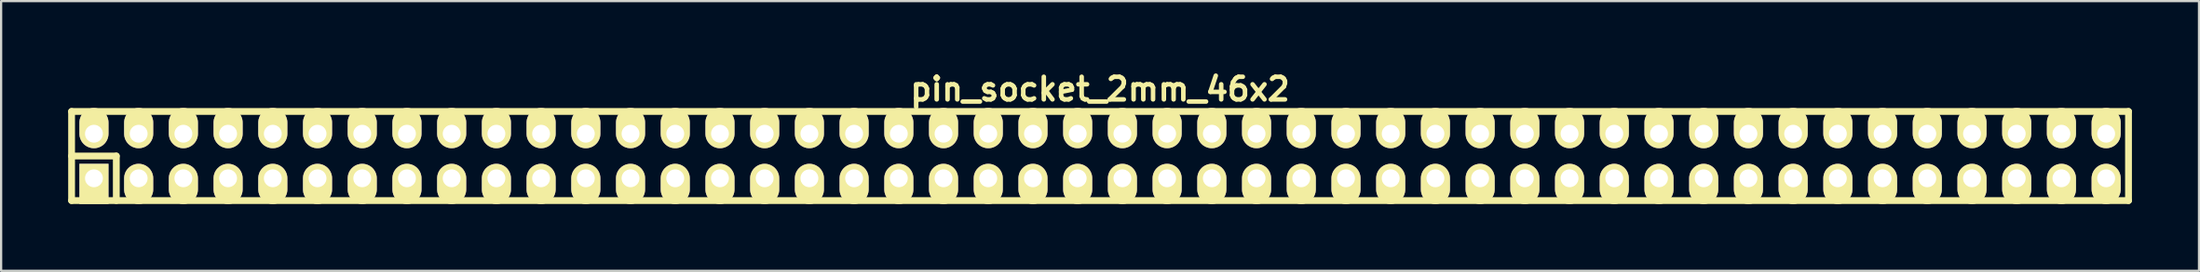
<source format=kicad_pcb>
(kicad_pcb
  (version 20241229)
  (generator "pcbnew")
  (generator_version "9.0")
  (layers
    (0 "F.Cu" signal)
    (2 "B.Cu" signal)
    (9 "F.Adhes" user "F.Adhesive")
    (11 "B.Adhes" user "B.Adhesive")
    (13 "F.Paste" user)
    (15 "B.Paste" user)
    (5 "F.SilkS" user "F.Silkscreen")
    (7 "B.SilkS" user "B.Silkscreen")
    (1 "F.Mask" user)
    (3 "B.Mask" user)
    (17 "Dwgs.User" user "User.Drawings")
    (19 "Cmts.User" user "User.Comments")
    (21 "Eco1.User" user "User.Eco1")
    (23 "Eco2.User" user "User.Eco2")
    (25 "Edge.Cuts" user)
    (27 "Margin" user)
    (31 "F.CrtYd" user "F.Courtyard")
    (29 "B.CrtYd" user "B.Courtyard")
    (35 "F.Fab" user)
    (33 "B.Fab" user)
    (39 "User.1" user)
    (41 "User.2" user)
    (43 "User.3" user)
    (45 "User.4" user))
  (footprint "pin_socket_2mm_46x2"
    (layer "F.Cu")
    (at 46.152 3.951)
    (property "Reference" "pin_socket_2mm_46x2" (at 0 -3 0) (layer "F.SilkS") (effects (font (size 1.016 1.016) (thickness 0.203))))
    (attr through_hole)
    (fp_line (start -46 -2) (end 46 -2) (stroke (width 0.305) (type solid)) (layer "F.SilkS"))
    (fp_line (start -46 0) (end -44 0) (stroke (width 0.305) (type solid)) (layer "F.SilkS"))
    (fp_line (start -46 2) (end -46 -2) (stroke (width 0.305) (type solid)) (layer "F.SilkS"))
    (fp_line (start -44 0) (end -44 2) (stroke (width 0.305) (type solid)) (layer "F.SilkS"))
    (fp_line (start 46 -2) (end 46 2) (stroke (width 0.305) (type solid)) (layer "F.SilkS"))
    (fp_line (start 46 2) (end -46 2) (stroke (width 0.305) (type solid)) (layer "F.SilkS"))
    (pad "1" thru_hole rect (at -45 1) (size 1.3 1.8) (drill 0.8 (offset 0 0.25)) (layers "*.Cu" "*.Mask" "F.SilkS"))
    (pad "2" thru_hole oval (at -45 -1) (size 1.3 1.8) (drill 0.8 (offset 0 -0.25)) (layers "*.Cu" "*.Mask" "F.SilkS"))
    (pad "3" thru_hole oval (at -43 1) (size 1.3 1.8) (drill 0.8 (offset 0 0.25)) (layers "*.Cu" "*.Mask" "F.SilkS"))
    (pad "4" thru_hole oval (at -43 -1) (size 1.3 1.8) (drill 0.8 (offset 0 -0.25)) (layers "*.Cu" "*.Mask" "F.SilkS"))
    (pad "5" thru_hole oval (at -41 1) (size 1.3 1.8) (drill 0.8 (offset 0 0.25)) (layers "*.Cu" "*.Mask" "F.SilkS"))
    (pad "6" thru_hole oval (at -41 -1) (size 1.3 1.8) (drill 0.8 (offset 0 -0.25)) (layers "*.Cu" "*.Mask" "F.SilkS"))
    (pad "7" thru_hole oval (at -39 1) (size 1.3 1.8) (drill 0.8 (offset 0 0.25)) (layers "*.Cu" "*.Mask" "F.SilkS"))
    (pad "8" thru_hole oval (at -39 -1) (size 1.3 1.8) (drill 0.8 (offset 0 -0.25)) (layers "*.Cu" "*.Mask" "F.SilkS"))
    (pad "9" thru_hole oval (at -37 1) (size 1.3 1.8) (drill 0.8 (offset 0 0.25)) (layers "*.Cu" "*.Mask" "F.SilkS"))
    (pad "10" thru_hole oval (at -37 -1) (size 1.3 1.8) (drill 0.8 (offset 0 -0.25)) (layers "*.Cu" "*.Mask" "F.SilkS"))
    (pad "11" thru_hole oval (at -35 1) (size 1.3 1.8) (drill 0.8 (offset 0 0.25)) (layers "*.Cu" "*.Mask" "F.SilkS"))
    (pad "12" thru_hole oval (at -35 -1) (size 1.3 1.8) (drill 0.8 (offset 0 -0.25)) (layers "*.Cu" "*.Mask" "F.SilkS"))
    (pad "13" thru_hole oval (at -33 1) (size 1.3 1.8) (drill 0.8 (offset 0 0.25)) (layers "*.Cu" "*.Mask" "F.SilkS"))
    (pad "14" thru_hole oval (at -33 -1) (size 1.3 1.8) (drill 0.8 (offset 0 -0.25)) (layers "*.Cu" "*.Mask" "F.SilkS"))
    (pad "15" thru_hole oval (at -31 1) (size 1.3 1.8) (drill 0.8 (offset 0 0.25)) (layers "*.Cu" "*.Mask" "F.SilkS"))
    (pad "16" thru_hole oval (at -31 -1) (size 1.3 1.8) (drill 0.8 (offset 0 -0.25)) (layers "*.Cu" "*.Mask" "F.SilkS"))
    (pad "17" thru_hole oval (at -29 1) (size 1.3 1.8) (drill 0.8 (offset 0 0.25)) (layers "*.Cu" "*.Mask" "F.SilkS"))
    (pad "18" thru_hole oval (at -29 -1) (size 1.3 1.8) (drill 0.8 (offset 0 -0.25)) (layers "*.Cu" "*.Mask" "F.SilkS"))
    (pad "19" thru_hole oval (at -27 1) (size 1.3 1.8) (drill 0.8 (offset 0 0.25)) (layers "*.Cu" "*.Mask" "F.SilkS"))
    (pad "20" thru_hole oval (at -27 -1) (size 1.3 1.8) (drill 0.8 (offset 0 -0.25)) (layers "*.Cu" "*.Mask" "F.SilkS"))
    (pad "21" thru_hole oval (at -25 1) (size 1.3 1.8) (drill 0.8 (offset 0 0.25)) (layers "*.Cu" "*.Mask" "F.SilkS"))
    (pad "22" thru_hole oval (at -25 -1) (size 1.3 1.8) (drill 0.8 (offset 0 -0.25)) (layers "*.Cu" "*.Mask" "F.SilkS"))
    (pad "23" thru_hole oval (at -23 1) (size 1.3 1.8) (drill 0.8 (offset 0 0.25)) (layers "*.Cu" "*.Mask" "F.SilkS"))
    (pad "24" thru_hole oval (at -23 -1) (size 1.3 1.8) (drill 0.8 (offset 0 -0.25)) (layers "*.Cu" "*.Mask" "F.SilkS"))
    (pad "25" thru_hole oval (at -21 1) (size 1.3 1.8) (drill 0.8 (offset 0 0.25)) (layers "*.Cu" "*.Mask" "F.SilkS"))
    (pad "26" thru_hole oval (at -21 -1) (size 1.3 1.8) (drill 0.8 (offset 0 -0.25)) (layers "*.Cu" "*.Mask" "F.SilkS"))
    (pad "27" thru_hole oval (at -19 1) (size 1.3 1.8) (drill 0.8 (offset 0 0.25)) (layers "*.Cu" "*.Mask" "F.SilkS"))
    (pad "28" thru_hole oval (at -19 -1) (size 1.3 1.8) (drill 0.8 (offset 0 -0.25)) (layers "*.Cu" "*.Mask" "F.SilkS"))
    (pad "29" thru_hole oval (at -17 1) (size 1.3 1.8) (drill 0.8 (offset 0 0.25)) (layers "*.Cu" "*.Mask" "F.SilkS"))
    (pad "30" thru_hole oval (at -17 -1) (size 1.3 1.8) (drill 0.8 (offset 0 -0.25)) (layers "*.Cu" "*.Mask" "F.SilkS"))
    (pad "31" thru_hole oval (at -15 1) (size 1.3 1.8) (drill 0.8 (offset 0 0.25)) (layers "*.Cu" "*.Mask" "F.SilkS"))
    (pad "32" thru_hole oval (at -15 -1) (size 1.3 1.8) (drill 0.8 (offset 0 -0.25)) (layers "*.Cu" "*.Mask" "F.SilkS"))
    (pad "33" thru_hole oval (at -13 1) (size 1.3 1.8) (drill 0.8 (offset 0 0.25)) (layers "*.Cu" "*.Mask" "F.SilkS"))
    (pad "34" thru_hole oval (at -13 -1) (size 1.3 1.8) (drill 0.8 (offset 0 -0.25)) (layers "*.Cu" "*.Mask" "F.SilkS"))
    (pad "35" thru_hole oval (at -11 1) (size 1.3 1.8) (drill 0.8 (offset 0 0.25)) (layers "*.Cu" "*.Mask" "F.SilkS"))
    (pad "36" thru_hole oval (at -11 -1) (size 1.3 1.8) (drill 0.8 (offset 0 -0.25)) (layers "*.Cu" "*.Mask" "F.SilkS"))
    (pad "37" thru_hole oval (at -9 1) (size 1.3 1.8) (drill 0.8 (offset 0 0.25)) (layers "*.Cu" "*.Mask" "F.SilkS"))
    (pad "38" thru_hole oval (at -9 -1) (size 1.3 1.8) (drill 0.8 (offset 0 -0.25)) (layers "*.Cu" "*.Mask" "F.SilkS"))
    (pad "39" thru_hole oval (at -7 1) (size 1.3 1.8) (drill 0.8 (offset 0 0.25)) (layers "*.Cu" "*.Mask" "F.SilkS"))
    (pad "40" thru_hole oval (at -7 -1) (size 1.3 1.8) (drill 0.8 (offset 0 -0.25)) (layers "*.Cu" "*.Mask" "F.SilkS"))
    (pad "41" thru_hole oval (at -5 1) (size 1.3 1.8) (drill 0.8 (offset 0 0.25)) (layers "*.Cu" "*.Mask" "F.SilkS"))
    (pad "42" thru_hole oval (at -5 -1) (size 1.3 1.8) (drill 0.8 (offset 0 -0.25)) (layers "*.Cu" "*.Mask" "F.SilkS"))
    (pad "43" thru_hole oval (at -3 1) (size 1.3 1.8) (drill 0.8 (offset 0 0.25)) (layers "*.Cu" "*.Mask" "F.SilkS"))
    (pad "44" thru_hole oval (at -3 -1) (size 1.3 1.8) (drill 0.8 (offset 0 -0.25)) (layers "*.Cu" "*.Mask" "F.SilkS"))
    (pad "45" thru_hole oval (at -1 1) (size 1.3 1.8) (drill 0.8 (offset 0 0.25)) (layers "*.Cu" "*.Mask" "F.SilkS"))
    (pad "46" thru_hole oval (at -1 -1) (size 1.3 1.8) (drill 0.8 (offset 0 -0.25)) (layers "*.Cu" "*.Mask" "F.SilkS"))
    (pad "47" thru_hole oval (at 1 1) (size 1.3 1.8) (drill 0.8 (offset 0 0.25)) (layers "*.Cu" "*.Mask" "F.SilkS"))
    (pad "48" thru_hole oval (at 1 -1) (size 1.3 1.8) (drill 0.8 (offset 0 -0.25)) (layers "*.Cu" "*.Mask" "F.SilkS"))
    (pad "49" thru_hole oval (at 3 1) (size 1.3 1.8) (drill 0.8 (offset 0 0.25)) (layers "*.Cu" "*.Mask" "F.SilkS"))
    (pad "50" thru_hole oval (at 3 -1) (size 1.3 1.8) (drill 0.8 (offset 0 -0.25)) (layers "*.Cu" "*.Mask" "F.SilkS"))
    (pad "51" thru_hole oval (at 5 1) (size 1.3 1.8) (drill 0.8 (offset 0 0.25)) (layers "*.Cu" "*.Mask" "F.SilkS"))
    (pad "52" thru_hole oval (at 5 -1) (size 1.3 1.8) (drill 0.8 (offset 0 -0.25)) (layers "*.Cu" "*.Mask" "F.SilkS"))
    (pad "53" thru_hole oval (at 7 1) (size 1.3 1.8) (drill 0.8 (offset 0 0.25)) (layers "*.Cu" "*.Mask" "F.SilkS"))
    (pad "54" thru_hole oval (at 7 -1) (size 1.3 1.8) (drill 0.8 (offset 0 -0.25)) (layers "*.Cu" "*.Mask" "F.SilkS"))
    (pad "55" thru_hole oval (at 9 1) (size 1.3 1.8) (drill 0.8 (offset 0 0.25)) (layers "*.Cu" "*.Mask" "F.SilkS"))
    (pad "56" thru_hole oval (at 9 -1) (size 1.3 1.8) (drill 0.8 (offset 0 -0.25)) (layers "*.Cu" "*.Mask" "F.SilkS"))
    (pad "57" thru_hole oval (at 11 1) (size 1.3 1.8) (drill 0.8 (offset 0 0.25)) (layers "*.Cu" "*.Mask" "F.SilkS"))
    (pad "58" thru_hole oval (at 11 -1) (size 1.3 1.8) (drill 0.8 (offset 0 -0.25)) (layers "*.Cu" "*.Mask" "F.SilkS"))
    (pad "59" thru_hole oval (at 13 1) (size 1.3 1.8) (drill 0.8 (offset 0 0.25)) (layers "*.Cu" "*.Mask" "F.SilkS"))
    (pad "60" thru_hole oval (at 13 -1) (size 1.3 1.8) (drill 0.8 (offset 0 -0.25)) (layers "*.Cu" "*.Mask" "F.SilkS"))
    (pad "61" thru_hole oval (at 15 1) (size 1.3 1.8) (drill 0.8 (offset 0 0.25)) (layers "*.Cu" "*.Mask" "F.SilkS"))
    (pad "62" thru_hole oval (at 15 -1) (size 1.3 1.8) (drill 0.8 (offset 0 -0.25)) (layers "*.Cu" "*.Mask" "F.SilkS"))
    (pad "63" thru_hole oval (at 17 1) (size 1.3 1.8) (drill 0.8 (offset 0 0.25)) (layers "*.Cu" "*.Mask" "F.SilkS"))
    (pad "64" thru_hole oval (at 17 -1) (size 1.3 1.8) (drill 0.8 (offset 0 -0.25)) (layers "*.Cu" "*.Mask" "F.SilkS"))
    (pad "65" thru_hole oval (at 19 1) (size 1.3 1.8) (drill 0.8 (offset 0 0.25)) (layers "*.Cu" "*.Mask" "F.SilkS"))
    (pad "66" thru_hole oval (at 19 -1) (size 1.3 1.8) (drill 0.8 (offset 0 -0.25)) (layers "*.Cu" "*.Mask" "F.SilkS"))
    (pad "67" thru_hole oval (at 21 1) (size 1.3 1.8) (drill 0.8 (offset 0 0.25)) (layers "*.Cu" "*.Mask" "F.SilkS"))
    (pad "68" thru_hole oval (at 21 -1) (size 1.3 1.8) (drill 0.8 (offset 0 -0.25)) (layers "*.Cu" "*.Mask" "F.SilkS"))
    (pad "69" thru_hole oval (at 23 1) (size 1.3 1.8) (drill 0.8 (offset 0 0.25)) (layers "*.Cu" "*.Mask" "F.SilkS"))
    (pad "70" thru_hole oval (at 23 -1) (size 1.3 1.8) (drill 0.8 (offset 0 -0.25)) (layers "*.Cu" "*.Mask" "F.SilkS"))
    (pad "71" thru_hole oval (at 25 1) (size 1.3 1.8) (drill 0.8 (offset 0 0.25)) (layers "*.Cu" "*.Mask" "F.SilkS"))
    (pad "72" thru_hole oval (at 25 -1) (size 1.3 1.8) (drill 0.8 (offset 0 -0.25)) (layers "*.Cu" "*.Mask" "F.SilkS"))
    (pad "73" thru_hole oval (at 27 1) (size 1.3 1.8) (drill 0.8 (offset 0 0.25)) (layers "*.Cu" "*.Mask" "F.SilkS"))
    (pad "74" thru_hole oval (at 27 -1) (size 1.3 1.8) (drill 0.8 (offset 0 -0.25)) (layers "*.Cu" "*.Mask" "F.SilkS"))
    (pad "75" thru_hole oval (at 29 1) (size 1.3 1.8) (drill 0.8 (offset 0 0.25)) (layers "*.Cu" "*.Mask" "F.SilkS"))
    (pad "76" thru_hole oval (at 29 -1) (size 1.3 1.8) (drill 0.8 (offset 0 -0.25)) (layers "*.Cu" "*.Mask" "F.SilkS"))
    (pad "77" thru_hole oval (at 31 1) (size 1.3 1.8) (drill 0.8 (offset 0 0.25)) (layers "*.Cu" "*.Mask" "F.SilkS"))
    (pad "78" thru_hole oval (at 31 -1) (size 1.3 1.8) (drill 0.8 (offset 0 -0.25)) (layers "*.Cu" "*.Mask" "F.SilkS"))
    (pad "79" thru_hole oval (at 33 1) (size 1.3 1.8) (drill 0.8 (offset 0 0.25)) (layers "*.Cu" "*.Mask" "F.SilkS"))
    (pad "80" thru_hole oval (at 33 -1) (size 1.3 1.8) (drill 0.8 (offset 0 -0.25)) (layers "*.Cu" "*.Mask" "F.SilkS"))
    (pad "81" thru_hole oval (at 35 1) (size 1.3 1.8) (drill 0.8 (offset 0 0.25)) (layers "*.Cu" "*.Mask" "F.SilkS"))
    (pad "82" thru_hole oval (at 35 -1) (size 1.3 1.8) (drill 0.8 (offset 0 -0.25)) (layers "*.Cu" "*.Mask" "F.SilkS"))
    (pad "83" thru_hole oval (at 37 1) (size 1.3 1.8) (drill 0.8 (offset 0 0.25)) (layers "*.Cu" "*.Mask" "F.SilkS"))
    (pad "84" thru_hole oval (at 37 -1) (size 1.3 1.8) (drill 0.8 (offset 0 -0.25)) (layers "*.Cu" "*.Mask" "F.SilkS"))
    (pad "85" thru_hole oval (at 39 1) (size 1.3 1.8) (drill 0.8 (offset 0 0.25)) (layers "*.Cu" "*.Mask" "F.SilkS"))
    (pad "86" thru_hole oval (at 39 -1) (size 1.3 1.8) (drill 0.8 (offset 0 -0.25)) (layers "*.Cu" "*.Mask" "F.SilkS"))
    (pad "87" thru_hole oval (at 41 1) (size 1.3 1.8) (drill 0.8 (offset 0 0.25)) (layers "*.Cu" "*.Mask" "F.SilkS"))
    (pad "88" thru_hole oval (at 41 -1) (size 1.3 1.8) (drill 0.8 (offset 0 -0.25)) (layers "*.Cu" "*.Mask" "F.SilkS"))
    (pad "89" thru_hole oval (at 43 1) (size 1.3 1.8) (drill 0.8 (offset 0 0.25)) (layers "*.Cu" "*.Mask" "F.SilkS"))
    (pad "90" thru_hole oval (at 43 -1) (size 1.3 1.8) (drill 0.8 (offset 0 -0.25)) (layers "*.Cu" "*.Mask" "F.SilkS"))
    (pad "91" thru_hole oval (at 45 1) (size 1.3 1.8) (drill 0.8 (offset 0 0.25)) (layers "*.Cu" "*.Mask" "F.SilkS"))
    (pad "92" thru_hole oval (at 45 -1) (size 1.3 1.8) (drill 0.8 (offset 0 -0.25)) (layers "*.Cu" "*.Mask" "F.SilkS")))
  (gr_rect
    (start -3 -3)
    (end 95.305 9.103)
    (stroke (width 0.1) (type default))
    (fill no)
    (layer "Edge.Cuts")))
</source>
